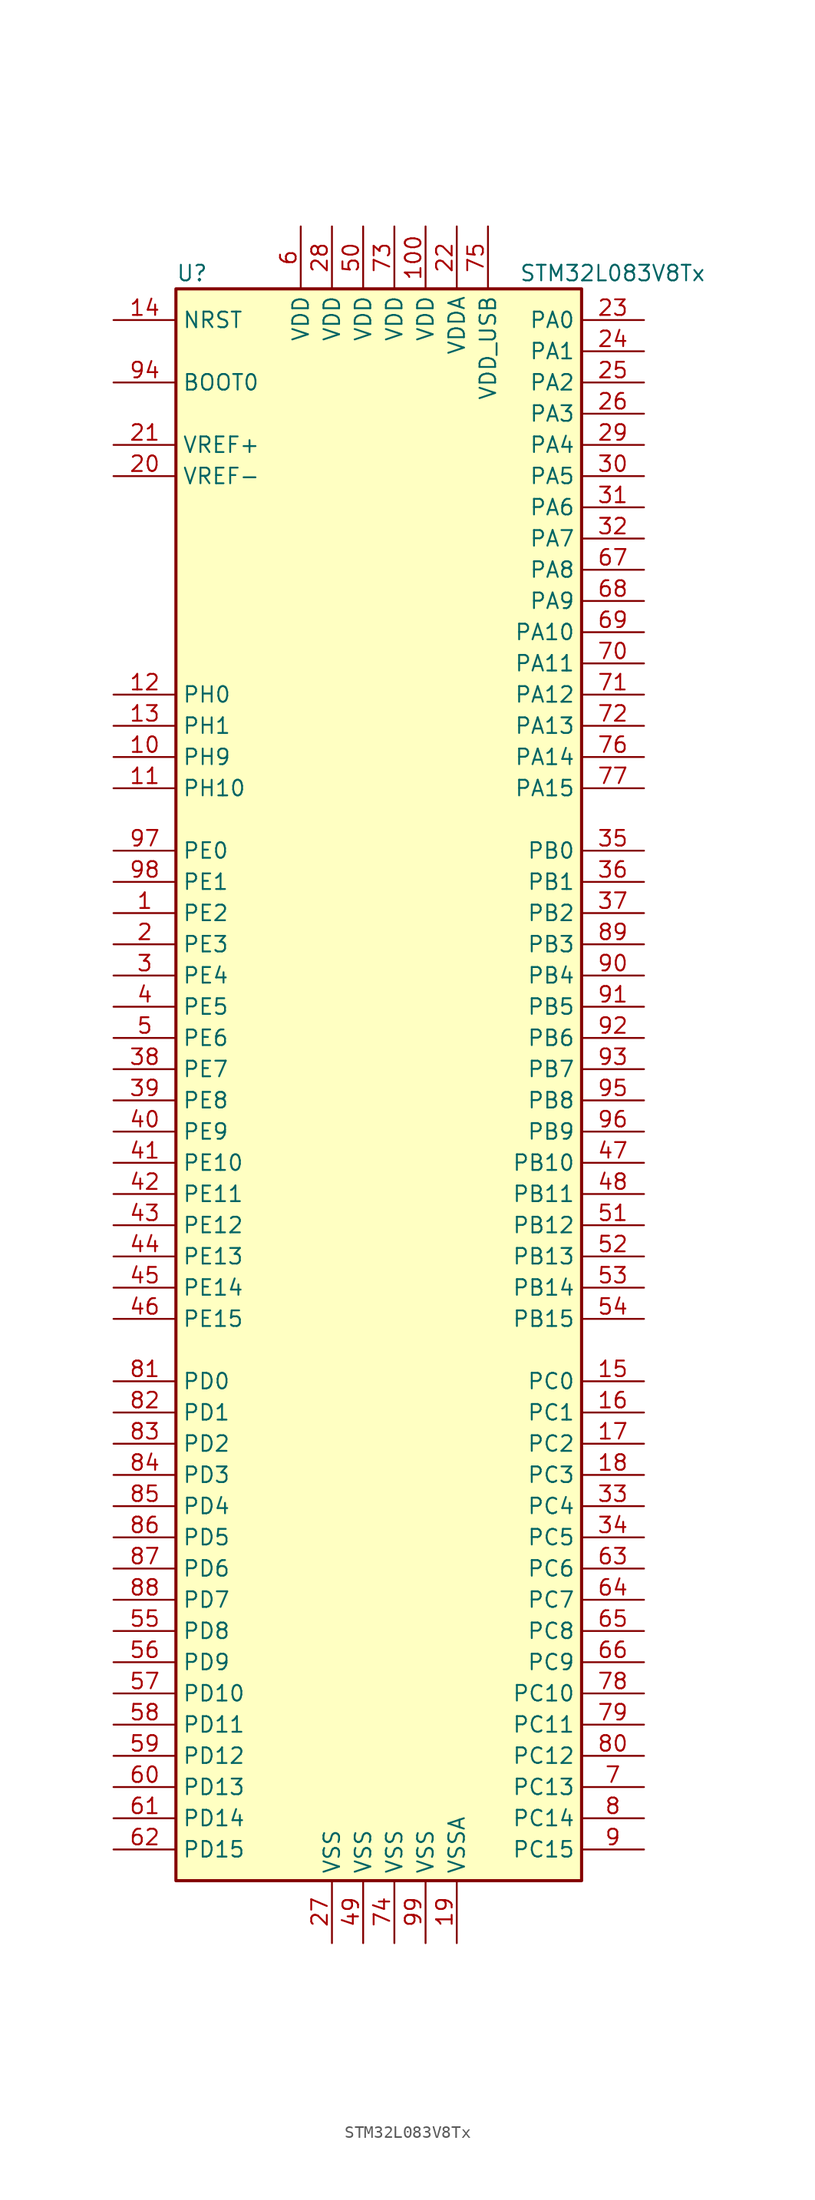
<source format=kicad_sym>
(kicad_symbol_lib
  (version 20211014)
  (generator kicad_symbol_editor)
  (symbol "STM32L083V8Tx"
    (property "Reference" "U"
      (at -17.78 64.77 0)
      (effects (font (size 1.27 1.27)) (justify left)))
    (property "Value" "STM32L083V8Tx"
      (at 10.16 64.77 0)
      (effects (font (size 1.27 1.27)) (justify left)))
    (symbol "STM32L083V8Tx_0_1"
      (rectangle (start -17.78 -66.04) (end 15.24 63.5) (stroke (width 0.254) (type default) (color 0 0 0 0)) (fill (type background))))
    (symbol "STM32L083V8Tx_1_1"
      (pin bidirectional line (at -22.86 12.7 0) (length 5.08) (name "PE2" (effects (font (size 1.27 1.27)))) (number "1" (effects (font (size 1.27 1.27)))))
      (pin bidirectional line (at -22.86 25.4 0) (length 5.08) (name "PH9" (effects (font (size 1.27 1.27)))) (number "10" (effects (font (size 1.27 1.27)))))
      (pin power_in line (at 2.54 68.58 270) (length 5.08) (name "VDD" (effects (font (size 1.27 1.27)))) (number "100" (effects (font (size 1.27 1.27)))))
      (pin bidirectional line (at -22.86 22.86 0) (length 5.08) (name "PH10" (effects (font (size 1.27 1.27)))) (number "11" (effects (font (size 1.27 1.27)))))
      (pin input line (at -22.86 30.48 0) (length 5.08) (name "PH0" (effects (font (size 1.27 1.27)))) (number "12" (effects (font (size 1.27 1.27)))))
      (pin input line (at -22.86 27.94 0) (length 5.08) (name "PH1" (effects (font (size 1.27 1.27)))) (number "13" (effects (font (size 1.27 1.27)))))
      (pin input line (at -22.86 60.96 0) (length 5.08) (name "NRST" (effects (font (size 1.27 1.27)))) (number "14" (effects (font (size 1.27 1.27)))))
      (pin bidirectional line (at 20.32 -25.4 180) (length 5.08) (name "PC0" (effects (font (size 1.27 1.27)))) (number "15" (effects (font (size 1.27 1.27)))))
      (pin bidirectional line (at 20.32 -27.94 180) (length 5.08) (name "PC1" (effects (font (size 1.27 1.27)))) (number "16" (effects (font (size 1.27 1.27)))))
      (pin bidirectional line (at 20.32 -30.48 180) (length 5.08) (name "PC2" (effects (font (size 1.27 1.27)))) (number "17" (effects (font (size 1.27 1.27)))))
      (pin bidirectional line (at 20.32 -33.02 180) (length 5.08) (name "PC3" (effects (font (size 1.27 1.27)))) (number "18" (effects (font (size 1.27 1.27)))))
      (pin power_in line (at 5.08 -71.12 90) (length 5.08) (name "VSSA" (effects (font (size 1.27 1.27)))) (number "19" (effects (font (size 1.27 1.27)))))
      (pin bidirectional line (at -22.86 10.16 0) (length 5.08) (name "PE3" (effects (font (size 1.27 1.27)))) (number "2" (effects (font (size 1.27 1.27)))))
      (pin power_in line (at -22.86 48.26 0) (length 5.08) (name "VREF-" (effects (font (size 1.27 1.27)))) (number "20" (effects (font (size 1.27 1.27)))))
      (pin power_in line (at -22.86 50.8 0) (length 5.08) (name "VREF+" (effects (font (size 1.27 1.27)))) (number "21" (effects (font (size 1.27 1.27)))))
      (pin power_in line (at 5.08 68.58 270) (length 5.08) (name "VDDA" (effects (font (size 1.27 1.27)))) (number "22" (effects (font (size 1.27 1.27)))))
      (pin bidirectional line (at 20.32 60.96 180) (length 5.08) (name "PA0" (effects (font (size 1.27 1.27)))) (number "23" (effects (font (size 1.27 1.27)))))
      (pin bidirectional line (at 20.32 58.42 180) (length 5.08) (name "PA1" (effects (font (size 1.27 1.27)))) (number "24" (effects (font (size 1.27 1.27)))))
      (pin bidirectional line (at 20.32 55.88 180) (length 5.08) (name "PA2" (effects (font (size 1.27 1.27)))) (number "25" (effects (font (size 1.27 1.27)))))
      (pin bidirectional line (at 20.32 53.34 180) (length 5.08) (name "PA3" (effects (font (size 1.27 1.27)))) (number "26" (effects (font (size 1.27 1.27)))))
      (pin power_in line (at -5.08 -71.12 90) (length 5.08) (name "VSS" (effects (font (size 1.27 1.27)))) (number "27" (effects (font (size 1.27 1.27)))))
      (pin power_in line (at -5.08 68.58 270) (length 5.08) (name "VDD" (effects (font (size 1.27 1.27)))) (number "28" (effects (font (size 1.27 1.27)))))
      (pin bidirectional line (at 20.32 50.8 180) (length 5.08) (name "PA4" (effects (font (size 1.27 1.27)))) (number "29" (effects (font (size 1.27 1.27)))))
      (pin bidirectional line (at -22.86 7.62 0) (length 5.08) (name "PE4" (effects (font (size 1.27 1.27)))) (number "3" (effects (font (size 1.27 1.27)))))
      (pin bidirectional line (at 20.32 48.26 180) (length 5.08) (name "PA5" (effects (font (size 1.27 1.27)))) (number "30" (effects (font (size 1.27 1.27)))))
      (pin bidirectional line (at 20.32 45.72 180) (length 5.08) (name "PA6" (effects (font (size 1.27 1.27)))) (number "31" (effects (font (size 1.27 1.27)))))
      (pin bidirectional line (at 20.32 43.18 180) (length 5.08) (name "PA7" (effects (font (size 1.27 1.27)))) (number "32" (effects (font (size 1.27 1.27)))))
      (pin bidirectional line (at 20.32 -35.56 180) (length 5.08) (name "PC4" (effects (font (size 1.27 1.27)))) (number "33" (effects (font (size 1.27 1.27)))))
      (pin bidirectional line (at 20.32 -38.1 180) (length 5.08) (name "PC5" (effects (font (size 1.27 1.27)))) (number "34" (effects (font (size 1.27 1.27)))))
      (pin bidirectional line (at 20.32 17.78 180) (length 5.08) (name "PB0" (effects (font (size 1.27 1.27)))) (number "35" (effects (font (size 1.27 1.27)))))
      (pin bidirectional line (at 20.32 15.24 180) (length 5.08) (name "PB1" (effects (font (size 1.27 1.27)))) (number "36" (effects (font (size 1.27 1.27)))))
      (pin bidirectional line (at 20.32 12.7 180) (length 5.08) (name "PB2" (effects (font (size 1.27 1.27)))) (number "37" (effects (font (size 1.27 1.27)))))
      (pin bidirectional line (at -22.86 0 0) (length 5.08) (name "PE7" (effects (font (size 1.27 1.27)))) (number "38" (effects (font (size 1.27 1.27)))))
      (pin bidirectional line (at -22.86 -2.54 0) (length 5.08) (name "PE8" (effects (font (size 1.27 1.27)))) (number "39" (effects (font (size 1.27 1.27)))))
      (pin bidirectional line (at -22.86 5.08 0) (length 5.08) (name "PE5" (effects (font (size 1.27 1.27)))) (number "4" (effects (font (size 1.27 1.27)))))
      (pin bidirectional line (at -22.86 -5.08 0) (length 5.08) (name "PE9" (effects (font (size 1.27 1.27)))) (number "40" (effects (font (size 1.27 1.27)))))
      (pin bidirectional line (at -22.86 -7.62 0) (length 5.08) (name "PE10" (effects (font (size 1.27 1.27)))) (number "41" (effects (font (size 1.27 1.27)))))
      (pin bidirectional line (at -22.86 -10.16 0) (length 5.08) (name "PE11" (effects (font (size 1.27 1.27)))) (number "42" (effects (font (size 1.27 1.27)))))
      (pin bidirectional line (at -22.86 -12.7 0) (length 5.08) (name "PE12" (effects (font (size 1.27 1.27)))) (number "43" (effects (font (size 1.27 1.27)))))
      (pin bidirectional line (at -22.86 -15.24 0) (length 5.08) (name "PE13" (effects (font (size 1.27 1.27)))) (number "44" (effects (font (size 1.27 1.27)))))
      (pin bidirectional line (at -22.86 -17.78 0) (length 5.08) (name "PE14" (effects (font (size 1.27 1.27)))) (number "45" (effects (font (size 1.27 1.27)))))
      (pin bidirectional line (at -22.86 -20.32 0) (length 5.08) (name "PE15" (effects (font (size 1.27 1.27)))) (number "46" (effects (font (size 1.27 1.27)))))
      (pin bidirectional line (at 20.32 -7.62 180) (length 5.08) (name "PB10" (effects (font (size 1.27 1.27)))) (number "47" (effects (font (size 1.27 1.27)))))
      (pin bidirectional line (at 20.32 -10.16 180) (length 5.08) (name "PB11" (effects (font (size 1.27 1.27)))) (number "48" (effects (font (size 1.27 1.27)))))
      (pin power_in line (at -2.54 -71.12 90) (length 5.08) (name "VSS" (effects (font (size 1.27 1.27)))) (number "49" (effects (font (size 1.27 1.27)))))
      (pin bidirectional line (at -22.86 2.54 0) (length 5.08) (name "PE6" (effects (font (size 1.27 1.27)))) (number "5" (effects (font (size 1.27 1.27)))))
      (pin power_in line (at -2.54 68.58 270) (length 5.08) (name "VDD" (effects (font (size 1.27 1.27)))) (number "50" (effects (font (size 1.27 1.27)))))
      (pin bidirectional line (at 20.32 -12.7 180) (length 5.08) (name "PB12" (effects (font (size 1.27 1.27)))) (number "51" (effects (font (size 1.27 1.27)))))
      (pin bidirectional line (at 20.32 -15.24 180) (length 5.08) (name "PB13" (effects (font (size 1.27 1.27)))) (number "52" (effects (font (size 1.27 1.27)))))
      (pin bidirectional line (at 20.32 -17.78 180) (length 5.08) (name "PB14" (effects (font (size 1.27 1.27)))) (number "53" (effects (font (size 1.27 1.27)))))
      (pin bidirectional line (at 20.32 -20.32 180) (length 5.08) (name "PB15" (effects (font (size 1.27 1.27)))) (number "54" (effects (font (size 1.27 1.27)))))
      (pin bidirectional line (at -22.86 -45.72 0) (length 5.08) (name "PD8" (effects (font (size 1.27 1.27)))) (number "55" (effects (font (size 1.27 1.27)))))
      (pin bidirectional line (at -22.86 -48.26 0) (length 5.08) (name "PD9" (effects (font (size 1.27 1.27)))) (number "56" (effects (font (size 1.27 1.27)))))
      (pin bidirectional line (at -22.86 -50.8 0) (length 5.08) (name "PD10" (effects (font (size 1.27 1.27)))) (number "57" (effects (font (size 1.27 1.27)))))
      (pin bidirectional line (at -22.86 -53.34 0) (length 5.08) (name "PD11" (effects (font (size 1.27 1.27)))) (number "58" (effects (font (size 1.27 1.27)))))
      (pin bidirectional line (at -22.86 -55.88 0) (length 5.08) (name "PD12" (effects (font (size 1.27 1.27)))) (number "59" (effects (font (size 1.27 1.27)))))
      (pin power_in line (at -7.62 68.58 270) (length 5.08) (name "VDD" (effects (font (size 1.27 1.27)))) (number "6" (effects (font (size 1.27 1.27)))))
      (pin bidirectional line (at -22.86 -58.42 0) (length 5.08) (name "PD13" (effects (font (size 1.27 1.27)))) (number "60" (effects (font (size 1.27 1.27)))))
      (pin bidirectional line (at -22.86 -60.96 0) (length 5.08) (name "PD14" (effects (font (size 1.27 1.27)))) (number "61" (effects (font (size 1.27 1.27)))))
      (pin bidirectional line (at -22.86 -63.5 0) (length 5.08) (name "PD15" (effects (font (size 1.27 1.27)))) (number "62" (effects (font (size 1.27 1.27)))))
      (pin bidirectional line (at 20.32 -40.64 180) (length 5.08) (name "PC6" (effects (font (size 1.27 1.27)))) (number "63" (effects (font (size 1.27 1.27)))))
      (pin bidirectional line (at 20.32 -43.18 180) (length 5.08) (name "PC7" (effects (font (size 1.27 1.27)))) (number "64" (effects (font (size 1.27 1.27)))))
      (pin bidirectional line (at 20.32 -45.72 180) (length 5.08) (name "PC8" (effects (font (size 1.27 1.27)))) (number "65" (effects (font (size 1.27 1.27)))))
      (pin bidirectional line (at 20.32 -48.26 180) (length 5.08) (name "PC9" (effects (font (size 1.27 1.27)))) (number "66" (effects (font (size 1.27 1.27)))))
      (pin bidirectional line (at 20.32 40.64 180) (length 5.08) (name "PA8" (effects (font (size 1.27 1.27)))) (number "67" (effects (font (size 1.27 1.27)))))
      (pin bidirectional line (at 20.32 38.1 180) (length 5.08) (name "PA9" (effects (font (size 1.27 1.27)))) (number "68" (effects (font (size 1.27 1.27)))))
      (pin bidirectional line (at 20.32 35.56 180) (length 5.08) (name "PA10" (effects (font (size 1.27 1.27)))) (number "69" (effects (font (size 1.27 1.27)))))
      (pin bidirectional line (at 20.32 -58.42 180) (length 5.08) (name "PC13" (effects (font (size 1.27 1.27)))) (number "7" (effects (font (size 1.27 1.27)))))
      (pin bidirectional line (at 20.32 33.02 180) (length 5.08) (name "PA11" (effects (font (size 1.27 1.27)))) (number "70" (effects (font (size 1.27 1.27)))))
      (pin bidirectional line (at 20.32 30.48 180) (length 5.08) (name "PA12" (effects (font (size 1.27 1.27)))) (number "71" (effects (font (size 1.27 1.27)))))
      (pin bidirectional line (at 20.32 27.94 180) (length 5.08) (name "PA13" (effects (font (size 1.27 1.27)))) (number "72" (effects (font (size 1.27 1.27)))))
      (pin power_in line (at 0 68.58 270) (length 5.08) (name "VDD" (effects (font (size 1.27 1.27)))) (number "73" (effects (font (size 1.27 1.27)))))
      (pin power_in line (at 0 -71.12 90) (length 5.08) (name "VSS" (effects (font (size 1.27 1.27)))) (number "74" (effects (font (size 1.27 1.27)))))
      (pin power_in line (at 7.62 68.58 270) (length 5.08) (name "VDD_USB" (effects (font (size 1.27 1.27)))) (number "75" (effects (font (size 1.27 1.27)))))
      (pin bidirectional line (at 20.32 25.4 180) (length 5.08) (name "PA14" (effects (font (size 1.27 1.27)))) (number "76" (effects (font (size 1.27 1.27)))))
      (pin bidirectional line (at 20.32 22.86 180) (length 5.08) (name "PA15" (effects (font (size 1.27 1.27)))) (number "77" (effects (font (size 1.27 1.27)))))
      (pin bidirectional line (at 20.32 -50.8 180) (length 5.08) (name "PC10" (effects (font (size 1.27 1.27)))) (number "78" (effects (font (size 1.27 1.27)))))
      (pin bidirectional line (at 20.32 -53.34 180) (length 5.08) (name "PC11" (effects (font (size 1.27 1.27)))) (number "79" (effects (font (size 1.27 1.27)))))
      (pin bidirectional line (at 20.32 -60.96 180) (length 5.08) (name "PC14" (effects (font (size 1.27 1.27)))) (number "8" (effects (font (size 1.27 1.27)))))
      (pin bidirectional line (at 20.32 -55.88 180) (length 5.08) (name "PC12" (effects (font (size 1.27 1.27)))) (number "80" (effects (font (size 1.27 1.27)))))
      (pin bidirectional line (at -22.86 -25.4 0) (length 5.08) (name "PD0" (effects (font (size 1.27 1.27)))) (number "81" (effects (font (size 1.27 1.27)))))
      (pin bidirectional line (at -22.86 -27.94 0) (length 5.08) (name "PD1" (effects (font (size 1.27 1.27)))) (number "82" (effects (font (size 1.27 1.27)))))
      (pin bidirectional line (at -22.86 -30.48 0) (length 5.08) (name "PD2" (effects (font (size 1.27 1.27)))) (number "83" (effects (font (size 1.27 1.27)))))
      (pin bidirectional line (at -22.86 -33.02 0) (length 5.08) (name "PD3" (effects (font (size 1.27 1.27)))) (number "84" (effects (font (size 1.27 1.27)))))
      (pin bidirectional line (at -22.86 -35.56 0) (length 5.08) (name "PD4" (effects (font (size 1.27 1.27)))) (number "85" (effects (font (size 1.27 1.27)))))
      (pin bidirectional line (at -22.86 -38.1 0) (length 5.08) (name "PD5" (effects (font (size 1.27 1.27)))) (number "86" (effects (font (size 1.27 1.27)))))
      (pin bidirectional line (at -22.86 -40.64 0) (length 5.08) (name "PD6" (effects (font (size 1.27 1.27)))) (number "87" (effects (font (size 1.27 1.27)))))
      (pin bidirectional line (at -22.86 -43.18 0) (length 5.08) (name "PD7" (effects (font (size 1.27 1.27)))) (number "88" (effects (font (size 1.27 1.27)))))
      (pin bidirectional line (at 20.32 10.16 180) (length 5.08) (name "PB3" (effects (font (size 1.27 1.27)))) (number "89" (effects (font (size 1.27 1.27)))))
      (pin bidirectional line (at 20.32 -63.5 180) (length 5.08) (name "PC15" (effects (font (size 1.27 1.27)))) (number "9" (effects (font (size 1.27 1.27)))))
      (pin bidirectional line (at 20.32 7.62 180) (length 5.08) (name "PB4" (effects (font (size 1.27 1.27)))) (number "90" (effects (font (size 1.27 1.27)))))
      (pin bidirectional line (at 20.32 5.08 180) (length 5.08) (name "PB5" (effects (font (size 1.27 1.27)))) (number "91" (effects (font (size 1.27 1.27)))))
      (pin bidirectional line (at 20.32 2.54 180) (length 5.08) (name "PB6" (effects (font (size 1.27 1.27)))) (number "92" (effects (font (size 1.27 1.27)))))
      (pin bidirectional line (at 20.32 0 180) (length 5.08) (name "PB7" (effects (font (size 1.27 1.27)))) (number "93" (effects (font (size 1.27 1.27)))))
      (pin input line (at -22.86 55.88 0) (length 5.08) (name "BOOT0" (effects (font (size 1.27 1.27)))) (number "94" (effects (font (size 1.27 1.27)))))
      (pin bidirectional line (at 20.32 -2.54 180) (length 5.08) (name "PB8" (effects (font (size 1.27 1.27)))) (number "95" (effects (font (size 1.27 1.27)))))
      (pin bidirectional line (at 20.32 -5.08 180) (length 5.08) (name "PB9" (effects (font (size 1.27 1.27)))) (number "96" (effects (font (size 1.27 1.27)))))
      (pin bidirectional line (at -22.86 17.78 0) (length 5.08) (name "PE0" (effects (font (size 1.27 1.27)))) (number "97" (effects (font (size 1.27 1.27)))))
      (pin bidirectional line (at -22.86 15.24 0) (length 5.08) (name "PE1" (effects (font (size 1.27 1.27)))) (number "98" (effects (font (size 1.27 1.27)))))
      (pin power_in line (at 2.54 -71.12 90) (length 5.08) (name "VSS" (effects (font (size 1.27 1.27)))) (number "99" (effects (font (size 1.27 1.27))))))))
</source>
